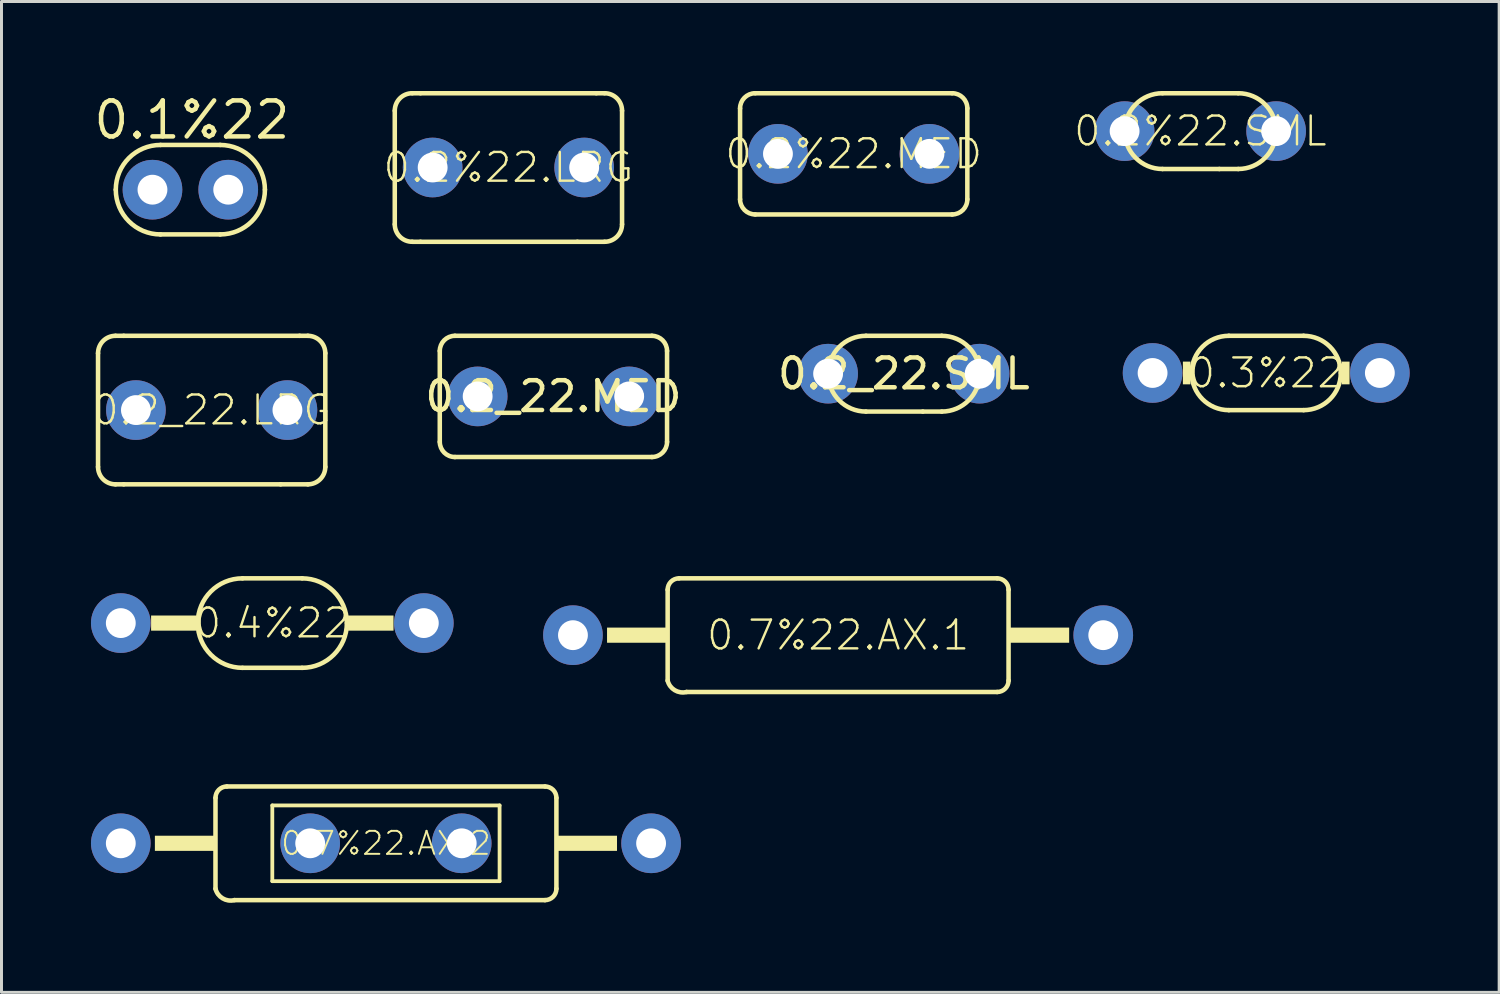
<source format=kicad_pcb>
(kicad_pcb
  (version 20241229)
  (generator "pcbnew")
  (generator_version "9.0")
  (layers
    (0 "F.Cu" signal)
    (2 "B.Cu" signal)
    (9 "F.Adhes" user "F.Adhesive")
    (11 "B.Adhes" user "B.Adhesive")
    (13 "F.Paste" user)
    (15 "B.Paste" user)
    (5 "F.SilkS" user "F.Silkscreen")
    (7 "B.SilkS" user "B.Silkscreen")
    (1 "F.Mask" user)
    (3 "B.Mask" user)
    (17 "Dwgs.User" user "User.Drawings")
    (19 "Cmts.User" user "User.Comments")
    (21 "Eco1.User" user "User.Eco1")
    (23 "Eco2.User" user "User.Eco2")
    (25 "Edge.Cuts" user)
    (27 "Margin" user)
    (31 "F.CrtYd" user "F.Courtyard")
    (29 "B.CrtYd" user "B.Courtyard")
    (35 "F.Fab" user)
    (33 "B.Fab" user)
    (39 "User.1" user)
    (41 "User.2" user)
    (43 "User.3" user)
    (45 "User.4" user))
  (footprint "0.2_22.MED"
    (layer "F.Cu")
    (at 15.505 10.241)
    (property "Reference" "0.2_22.MED" (at 0 0 0) (layer "F.SilkS") (effects (font (size 1 1) (thickness 0.15))))
    (attr through_hole)
    (fp_line (start -3.81 1.524) (end -3.81 -1.524) (stroke (width 0.152) (type solid)) (layer "F.SilkS"))
    (fp_line (start -3.302 -2.032) (end 3.302 -2.032) (stroke (width 0.152) (type solid)) (layer "F.SilkS"))
    (fp_line (start 3.302 2.032) (end -3.302 2.032) (stroke (width 0.152) (type solid)) (layer "F.SilkS"))
    (fp_line (start 3.81 -1.524) (end 3.81 1.524) (stroke (width 0.152) (type solid)) (layer "F.SilkS"))
    (fp_arc (start -3.81 -1.524) (mid -3.66121 -1.88321) (end -3.302 -2.032) (stroke (width 0.1524) (type solid)) (layer "F.SilkS"))
    (fp_arc (start -3.302 2.032) (mid -3.66121 1.88321) (end -3.81 1.524) (stroke (width 0.1524) (type solid)) (layer "F.SilkS"))
    (fp_arc (start 3.302 -2.032) (mid 3.66121 -1.88321) (end 3.81 -1.524) (stroke (width 0.1524) (type solid)) (layer "F.SilkS"))
    (fp_arc (start 3.81 1.524) (mid 3.66121 1.88321) (end 3.302 2.032) (stroke (width 0.1524) (type solid)) (layer "F.SilkS"))
    (pad "1" thru_hole oval (at -2.54 0) (size 2 2) (drill 1) (layers "*.Cu" "*.Mask"))
    (pad "2" thru_hole oval (at 2.54 0) (size 2 2) (drill 1) (layers "*.Cu" "*.Mask")))
  (footprint "0.4%22"
    (layer "F.Cu")
    (at 6.08 17.841)
    (property "Reference" "0.4%22" (at 0 0 0) (layer "F.SilkS") (effects (font (size 0.965 0.965) (thickness 0.081))))
    (attr through_hole)
    (fp_line (start -1 -1.5) (end 1 -1.5) (stroke (width 0.152) (type solid)) (layer "F.SilkS"))
    (fp_line (start 1 1.5) (end -1 1.5) (stroke (width 0.152) (type solid)) (layer "F.SilkS"))
    (fp_arc (start -2.5 0) (mid -2.06066 -1.060661) (end -0.999999 -1.500001) (stroke (width 0.1524) (type solid)) (layer "F.SilkS"))
    (fp_arc (start -1 1.5) (mid -2.06066 1.060659) (end -2.499999 -0.000001) (stroke (width 0.1524) (type solid)) (layer "F.SilkS"))
    (fp_arc (start 1 -1.5) (mid 2.06066 -1.060659) (end 2.499999 0.000001) (stroke (width 0.1524) (type solid)) (layer "F.SilkS"))
    (fp_arc (start 2.5 0) (mid 2.06066 1.060661) (end 0.999999 1.500001) (stroke (width 0.1524) (type solid)) (layer "F.SilkS"))
    (fp_poly (pts (xy -4.064 0.254) (xy -2.54 0.254) (xy -2.54 -0.254) (xy -4.064 -0.254)) (stroke (width 0) (type solid)) (fill yes) (layer "F.SilkS"))
    (fp_poly (pts (xy 2.54 0.254) (xy 4.064 0.254) (xy 4.064 -0.254) (xy 2.54 -0.254)) (stroke (width 0) (type solid)) (fill yes) (layer "F.SilkS"))
    (pad "1" thru_hole oval (at -5.08 0) (size 2 2) (drill 1) (layers "*.Cu" "*.Mask"))
    (pad "2" thru_hole oval (at 5.08 0) (size 2 2) (drill 1) (layers "*.Cu" "*.Mask")))
  (footprint "0.2%22.SML"
    (layer "F.Cu")
    (at 37.196 1.346)
    (property "Reference" "0.2%22.SML" (at 0 0 0) (layer "F.SilkS") (effects (font (size 0.965 0.965) (thickness 0.081))))
    (attr through_hole)
    (fp_line (start -1.27 1.27) (end 0.635 1.27) (stroke (width 0.152) (type solid)) (layer "F.SilkS"))
    (fp_line (start 0.635 1.27) (end 1.27 1.27) (stroke (width 0.152) (type solid)) (layer "F.SilkS"))
    (fp_line (start 1.27 -1.27) (end -1.27 -1.27) (stroke (width 0.152) (type solid)) (layer "F.SilkS"))
    (fp_arc (start -2.54 0) (mid -2.168026 -0.898026) (end -1.27 -1.27) (stroke (width 0.1524) (type solid)) (layer "F.SilkS"))
    (fp_arc (start -1.27 1.27) (mid -2.168026 0.898026) (end -2.54 0) (stroke (width 0.1524) (type solid)) (layer "F.SilkS"))
    (fp_arc (start 1.27 -1.27) (mid 2.168026 -0.898026) (end 2.54 0) (stroke (width 0.1524) (type solid)) (layer "F.SilkS"))
    (fp_arc (start 2.54 0) (mid 2.168026 0.898026) (end 1.27 1.27) (stroke (width 0.1524) (type solid)) (layer "F.SilkS"))
    (pad "1" thru_hole oval (at -2.54 0) (size 2 2) (drill 1) (layers "*.Cu" "*.Mask"))
    (pad "2" thru_hole oval (at 2.54 0) (size 2 2) (drill 1) (layers "*.Cu" "*.Mask")))
  (footprint "0.2%22.MED"
    (layer "F.Cu")
    (at 25.573 2.108)
    (property "Reference" "0.2%22.MED" (at 0 0 0) (layer "F.SilkS") (effects (font (size 0.965 0.965) (thickness 0.081))))
    (attr through_hole)
    (fp_line (start -3.81 1.524) (end -3.81 -1.524) (stroke (width 0.152) (type solid)) (layer "F.SilkS"))
    (fp_line (start -3.302 -2.032) (end 3.302 -2.032) (stroke (width 0.152) (type solid)) (layer "F.SilkS"))
    (fp_line (start 3.302 2.032) (end -3.302 2.032) (stroke (width 0.152) (type solid)) (layer "F.SilkS"))
    (fp_line (start 3.81 -1.524) (end 3.81 1.524) (stroke (width 0.152) (type solid)) (layer "F.SilkS"))
    (fp_arc (start -3.81 -1.524) (mid -3.66121 -1.88321) (end -3.302 -2.032) (stroke (width 0.1524) (type solid)) (layer "F.SilkS"))
    (fp_arc (start -3.302 2.032) (mid -3.66121 1.88321) (end -3.81 1.524) (stroke (width 0.1524) (type solid)) (layer "F.SilkS"))
    (fp_arc (start 3.302 -2.032) (mid 3.66121 -1.88321) (end 3.81 -1.524) (stroke (width 0.1524) (type solid)) (layer "F.SilkS"))
    (fp_arc (start 3.81 1.524) (mid 3.66121 1.88321) (end 3.302 2.032) (stroke (width 0.1524) (type solid)) (layer "F.SilkS"))
    (pad "1" thru_hole oval (at -2.54 0) (size 2 2) (drill 1) (layers "*.Cu" "*.Mask"))
    (pad "2" thru_hole oval (at 2.54 0) (size 2 2) (drill 1) (layers "*.Cu" "*.Mask")))
  (footprint "0.7%22.AX.1"
    (layer "F.Cu")
    (at 25.05 18.246)
    (property "Reference" "0.7%22.AX.1" (at 0 0 0) (layer "F.SilkS") (effects (font (size 0.965 0.965) (thickness 0.081))))
    (attr through_hole)
    (fp_line (start -5.715 1.524) (end -5.715 -1.524) (stroke (width 0.152) (type solid)) (layer "F.SilkS"))
    (fp_line (start -5.334 -1.905) (end 5.334 -1.905) (stroke (width 0.152) (type solid)) (layer "F.SilkS"))
    (fp_line (start 5.334 1.905) (end -5.08 1.905) (stroke (width 0.152) (type solid)) (layer "F.SilkS"))
    (fp_line (start 5.715 1.524) (end 5.715 -1.524) (stroke (width 0.152) (type solid)) (layer "F.SilkS"))
    (fp_arc (start -5.715 -1.524) (mid -5.603408 -1.793408) (end -5.334 -1.905) (stroke (width 0.1524) (type solid)) (layer "F.SilkS"))
    (fp_arc (start -5.08 1.905) (mid -5.476408 1.846013) (end -5.715 1.524) (stroke (width 0.1524) (type solid)) (layer "F.SilkS"))
    (fp_arc (start 5.334 -1.905) (mid 5.603408 -1.793408) (end 5.715 -1.524) (stroke (width 0.1524) (type solid)) (layer "F.SilkS"))
    (fp_arc (start 5.715 1.524) (mid 5.603408 1.793408) (end 5.334 1.905) (stroke (width 0.1524) (type solid)) (layer "F.SilkS"))
    (fp_poly (pts (xy -7.747 0.254) (xy -5.715 0.254) (xy -5.715 -0.254) (xy -7.747 -0.254)) (stroke (width 0) (type solid)) (fill yes) (layer "F.SilkS"))
    (fp_poly (pts (xy 5.715 0.254) (xy 7.747 0.254) (xy 7.747 -0.254) (xy 5.715 -0.254)) (stroke (width 0) (type solid)) (fill yes) (layer "F.SilkS"))
    (pad "1" thru_hole oval (at -8.89 0) (size 2 2) (drill 1) (layers "*.Cu" "*.Mask"))
    (pad "2" thru_hole oval (at 8.89 0) (size 2 2) (drill 1) (layers "*.Cu" "*.Mask")))
  (footprint "0.2_22.SML"
    (layer "F.Cu")
    (at 27.255 9.479)
    (property "Reference" "0.2_22.SML" (at 0 0 0) (layer "F.SilkS") (effects (font (size 1 1) (thickness 0.15))))
    (attr through_hole)
    (fp_line (start -1.27 1.27) (end 0.635 1.27) (stroke (width 0.152) (type solid)) (layer "F.SilkS"))
    (fp_line (start 0.635 1.27) (end 1.27 1.27) (stroke (width 0.152) (type solid)) (layer "F.SilkS"))
    (fp_line (start 1.27 -1.27) (end -1.27 -1.27) (stroke (width 0.152) (type solid)) (layer "F.SilkS"))
    (fp_arc (start -2.54 0) (mid -2.168026 -0.898026) (end -1.27 -1.27) (stroke (width 0.1524) (type solid)) (layer "F.SilkS"))
    (fp_arc (start -1.27 1.27) (mid -2.168026 0.898026) (end -2.54 0) (stroke (width 0.1524) (type solid)) (layer "F.SilkS"))
    (fp_arc (start 1.27 -1.27) (mid 2.168026 -0.898026) (end 2.54 0) (stroke (width 0.1524) (type solid)) (layer "F.SilkS"))
    (fp_arc (start 2.54 0) (mid 2.168026 0.898026) (end 1.27 1.27) (stroke (width 0.1524) (type solid)) (layer "F.SilkS"))
    (pad "1" thru_hole oval (at -2.54 0) (size 2 2) (drill 1) (layers "*.Cu" "*.Mask"))
    (pad "2" thru_hole oval (at 2.54 0) (size 2 2) (drill 1) (layers "*.Cu" "*.Mask")))
  (footprint "0.7%22.AX.2"
    (layer "F.Cu")
    (at 9.89 25.224)
    (property "Reference" "0.7%22.AX.2" (at 0 0 0) (layer "F.SilkS") (effects (font (size 0.772 0.772) (thickness 0.065))))
    (attr through_hole)
    (fp_line (start -5.715 1.524) (end -5.715 -1.524) (stroke (width 0.152) (type solid)) (layer "F.SilkS"))
    (fp_line (start -5.334 -1.905) (end 5.334 -1.905) (stroke (width 0.152) (type solid)) (layer "F.SilkS"))
    (fp_line (start -3.81 -1.27) (end 3.81 -1.27) (stroke (width 0.127) (type solid)) (layer "F.SilkS"))
    (fp_line (start -3.81 1.27) (end -3.81 -1.27) (stroke (width 0.127) (type solid)) (layer "F.SilkS"))
    (fp_line (start 3.81 -1.27) (end 3.81 1.27) (stroke (width 0.127) (type solid)) (layer "F.SilkS"))
    (fp_line (start 3.81 1.27) (end -3.81 1.27) (stroke (width 0.127) (type solid)) (layer "F.SilkS"))
    (fp_line (start 5.334 1.905) (end -5.08 1.905) (stroke (width 0.152) (type solid)) (layer "F.SilkS"))
    (fp_line (start 5.715 1.524) (end 5.715 -1.524) (stroke (width 0.152) (type solid)) (layer "F.SilkS"))
    (fp_arc (start -5.715 -1.524) (mid -5.603408 -1.793408) (end -5.334 -1.905) (stroke (width 0.1524) (type solid)) (layer "F.SilkS"))
    (fp_arc (start -5.08 1.905) (mid -5.476408 1.846013) (end -5.715 1.524) (stroke (width 0.1524) (type solid)) (layer "F.SilkS"))
    (fp_arc (start 5.334 -1.905) (mid 5.603408 -1.793408) (end 5.715 -1.524) (stroke (width 0.1524) (type solid)) (layer "F.SilkS"))
    (fp_arc (start 5.715 1.524) (mid 5.603408 1.793408) (end 5.334 1.905) (stroke (width 0.1524) (type solid)) (layer "F.SilkS"))
    (fp_poly (pts (xy -7.747 0.254) (xy -5.715 0.254) (xy -5.715 -0.254) (xy -7.747 -0.254)) (stroke (width 0) (type solid)) (fill yes) (layer "F.SilkS"))
    (fp_poly (pts (xy 5.715 0.254) (xy 7.747 0.254) (xy 7.747 -0.254) (xy 5.715 -0.254)) (stroke (width 0) (type solid)) (fill yes) (layer "F.SilkS"))
    (pad "1" thru_hole oval (at -8.89 0) (size 2 2) (drill 1) (layers "*.Cu" "*.Mask"))
    (pad "2" thru_hole oval (at 8.89 0) (size 2 2) (drill 1) (layers "*.Cu" "*.Mask"))
    (pad "3" thru_hole oval (at -2.54 0) (size 2 2) (drill 1) (layers "*.Cu" "*.Mask"))
    (pad "4" thru_hole oval (at 2.54 0) (size 2 2) (drill 1) (layers "*.Cu" "*.Mask")))
  (footprint "0.2%22.LRG"
    (layer "F.Cu")
    (at 13.996 2.566)
    (property "Reference" "0.2%22.LRG" (at 0 0 0) (layer "F.SilkS") (effects (font (size 0.965 0.965) (thickness 0.081))))
    (attr through_hole)
    (fp_line (start -3.81 1.905) (end -3.81 -1.905) (stroke (width 0.152) (type solid)) (layer "F.SilkS"))
    (fp_line (start -3.225 -2.49) (end -2.948 -2.49) (stroke (width 0.152) (type solid)) (layer "F.SilkS"))
    (fp_line (start -2.948 -2.49) (end 2.948 -2.49) (stroke (width 0.152) (type solid)) (layer "F.SilkS"))
    (fp_line (start -2.948 2.49) (end -3.225 2.49) (stroke (width 0.152) (type solid)) (layer "F.SilkS"))
    (fp_line (start 2.313 2.49) (end -2.948 2.49) (stroke (width 0.152) (type solid)) (layer "F.SilkS"))
    (fp_line (start 2.948 -2.49) (end 3.225 -2.49) (stroke (width 0.152) (type solid)) (layer "F.SilkS"))
    (fp_line (start 3.225 2.49) (end 2.313 2.49) (stroke (width 0.152) (type solid)) (layer "F.SilkS"))
    (fp_line (start 3.81 -1.905) (end 3.81 1.905) (stroke (width 0.152) (type solid)) (layer "F.SilkS"))
    (fp_arc (start -3.81 -1.905) (mid -3.638657 -2.318657) (end -3.225 -2.49) (stroke (width 0.1524) (type solid)) (layer "F.SilkS"))
    (fp_arc (start -3.225 2.49) (mid -3.638657 2.318657) (end -3.81 1.905) (stroke (width 0.1524) (type solid)) (layer "F.SilkS"))
    (fp_arc (start 3.225 -2.49) (mid 3.638657 -2.318657) (end 3.81 -1.905) (stroke (width 0.1524) (type solid)) (layer "F.SilkS"))
    (fp_arc (start 3.81 1.905) (mid 3.638657 2.318657) (end 3.225 2.49) (stroke (width 0.1524) (type solid)) (layer "F.SilkS"))
    (pad "1" thru_hole oval (at -2.54 0) (size 2 2) (drill 1) (layers "*.Cu" "*.Mask"))
    (pad "2" thru_hole oval (at 2.54 0) (size 2 2) (drill 1) (layers "*.Cu" "*.Mask")))
  (footprint "0.3%22"
    (layer "F.Cu")
    (at 39.404 9.455)
    (property "Reference" "0.3%22" (at 0 0 0) (layer "F.SilkS") (effects (font (size 0.965 0.965) (thickness 0.081))))
    (attr through_hole)
    (fp_line (start -1.254 -1.246) (end 1.254 -1.246) (stroke (width 0.152) (type solid)) (layer "F.SilkS"))
    (fp_line (start 1.254 1.246) (end -1.254 1.246) (stroke (width 0.152) (type solid)) (layer "F.SilkS"))
    (fp_arc (start -2.5 0) (mid -2.135055 -0.881055) (end -1.254 -1.246) (stroke (width 0.1524) (type solid)) (layer "F.SilkS"))
    (fp_arc (start -1.254 1.246) (mid -2.135055 0.881055) (end -2.5 0) (stroke (width 0.1524) (type solid)) (layer "F.SilkS"))
    (fp_arc (start 1.254 -1.246) (mid 2.135055 -0.881055) (end 2.5 0) (stroke (width 0.1524) (type solid)) (layer "F.SilkS"))
    (fp_arc (start 2.5 0) (mid 2.135055 0.881055) (end 1.254 1.246) (stroke (width 0.1524) (type solid)) (layer "F.SilkS"))
    (fp_poly (pts (xy -2.794 0.381) (xy -2.54 0.381) (xy -2.54 -0.381) (xy -2.794 -0.381)) (stroke (width 0) (type solid)) (fill yes) (layer "F.SilkS"))
    (fp_poly (pts (xy 2.54 0.381) (xy 2.794 0.381) (xy 2.794 -0.381) (xy 2.54 -0.381)) (stroke (width 0) (type solid)) (fill yes) (layer "F.SilkS"))
    (pad "1" thru_hole oval (at -3.81 0) (size 2 2) (drill 1) (layers "*.Cu" "*.Mask"))
    (pad "2" thru_hole oval (at 3.81 0) (size 2 2) (drill 1) (layers "*.Cu" "*.Mask")))
  (footprint "0.2_22.LRG"
    (layer "F.Cu")
    (at 4.047 10.699)
    (property "Reference" "0.2_22.LRG" (at 0 0 0) (layer "F.SilkS") (effects (font (size 0.965 0.965) (thickness 0.081))))
    (attr through_hole)
    (fp_line (start -3.81 1.905) (end -3.81 -1.905) (stroke (width 0.152) (type solid)) (layer "F.SilkS"))
    (fp_line (start -3.225 -2.49) (end -2.948 -2.49) (stroke (width 0.152) (type solid)) (layer "F.SilkS"))
    (fp_line (start -2.948 -2.49) (end 2.948 -2.49) (stroke (width 0.152) (type solid)) (layer "F.SilkS"))
    (fp_line (start -2.948 2.49) (end -3.225 2.49) (stroke (width 0.152) (type solid)) (layer "F.SilkS"))
    (fp_line (start 2.313 2.49) (end -2.948 2.49) (stroke (width 0.152) (type solid)) (layer "F.SilkS"))
    (fp_line (start 2.948 -2.49) (end 3.225 -2.49) (stroke (width 0.152) (type solid)) (layer "F.SilkS"))
    (fp_line (start 3.225 2.49) (end 2.313 2.49) (stroke (width 0.152) (type solid)) (layer "F.SilkS"))
    (fp_line (start 3.81 -1.905) (end 3.81 1.905) (stroke (width 0.152) (type solid)) (layer "F.SilkS"))
    (fp_arc (start -3.81 -1.905) (mid -3.638657 -2.318657) (end -3.225 -2.49) (stroke (width 0.1524) (type solid)) (layer "F.SilkS"))
    (fp_arc (start -3.225 2.49) (mid -3.638657 2.318657) (end -3.81 1.905) (stroke (width 0.1524) (type solid)) (layer "F.SilkS"))
    (fp_arc (start 3.225 -2.49) (mid 3.638657 -2.318657) (end 3.81 -1.905) (stroke (width 0.1524) (type solid)) (layer "F.SilkS"))
    (fp_arc (start 3.81 1.905) (mid 3.638657 2.318657) (end 3.225 2.49) (stroke (width 0.1524) (type solid)) (layer "F.SilkS"))
    (pad "1" thru_hole oval (at -2.54 0) (size 2 2) (drill 1) (layers "*.Cu" "*.Mask"))
    (pad "2" thru_hole oval (at 2.54 0) (size 2 2) (drill 1) (layers "*.Cu" "*.Mask")))
  (footprint "0.1%22"
    (layer "F.Cu")
    (at 3.332 3.31)
    (property "Reference" "0.1%22" (at 0.051 -2.337 0) (layer "F.SilkS") (effects (font (size 1.206 1.206) (thickness 0.152))))
    (attr through_hole)
    (fp_line (start -1 -1.5) (end 1 -1.5) (stroke (width 0.152) (type solid)) (layer "F.SilkS"))
    (fp_line (start 1 1.5) (end -1 1.5) (stroke (width 0.152) (type solid)) (layer "F.SilkS"))
    (fp_arc (start -2.5 0) (mid -2.06066 -1.060661) (end -0.999999 -1.500001) (stroke (width 0.1524) (type solid)) (layer "F.SilkS"))
    (fp_arc (start -1 1.5) (mid -2.06066 1.060659) (end -2.499999 -0.000001) (stroke (width 0.1524) (type solid)) (layer "F.SilkS"))
    (fp_arc (start 1 -1.5) (mid 2.06066 -1.060659) (end 2.499999 0.000001) (stroke (width 0.1524) (type solid)) (layer "F.SilkS"))
    (fp_arc (start 2.5 0) (mid 2.06066 1.060661) (end 0.999999 1.500001) (stroke (width 0.1524) (type solid)) (layer "F.SilkS"))
    (fp_line (start -1.27 0) (end -1.295 0) (stroke (width 0.61) (type solid)) (layer "Dwgs.User"))
    (fp_line (start 1.27 0) (end 1.295 0) (stroke (width 0.61) (type solid)) (layer "Dwgs.User"))
    (pad "1" thru_hole oval (at -1.27 0) (size 2 2) (drill 1) (layers "*.Cu" "*.Mask"))
    (pad "2" thru_hole oval (at 1.27 0) (size 2 2) (drill 1) (layers "*.Cu" "*.Mask")))
  (gr_rect
    (start -3 -3)
    (end 47.214 30.221)
    (stroke (width 0.1) (type default))
    (fill no)
    (layer "Edge.Cuts")))
</source>
